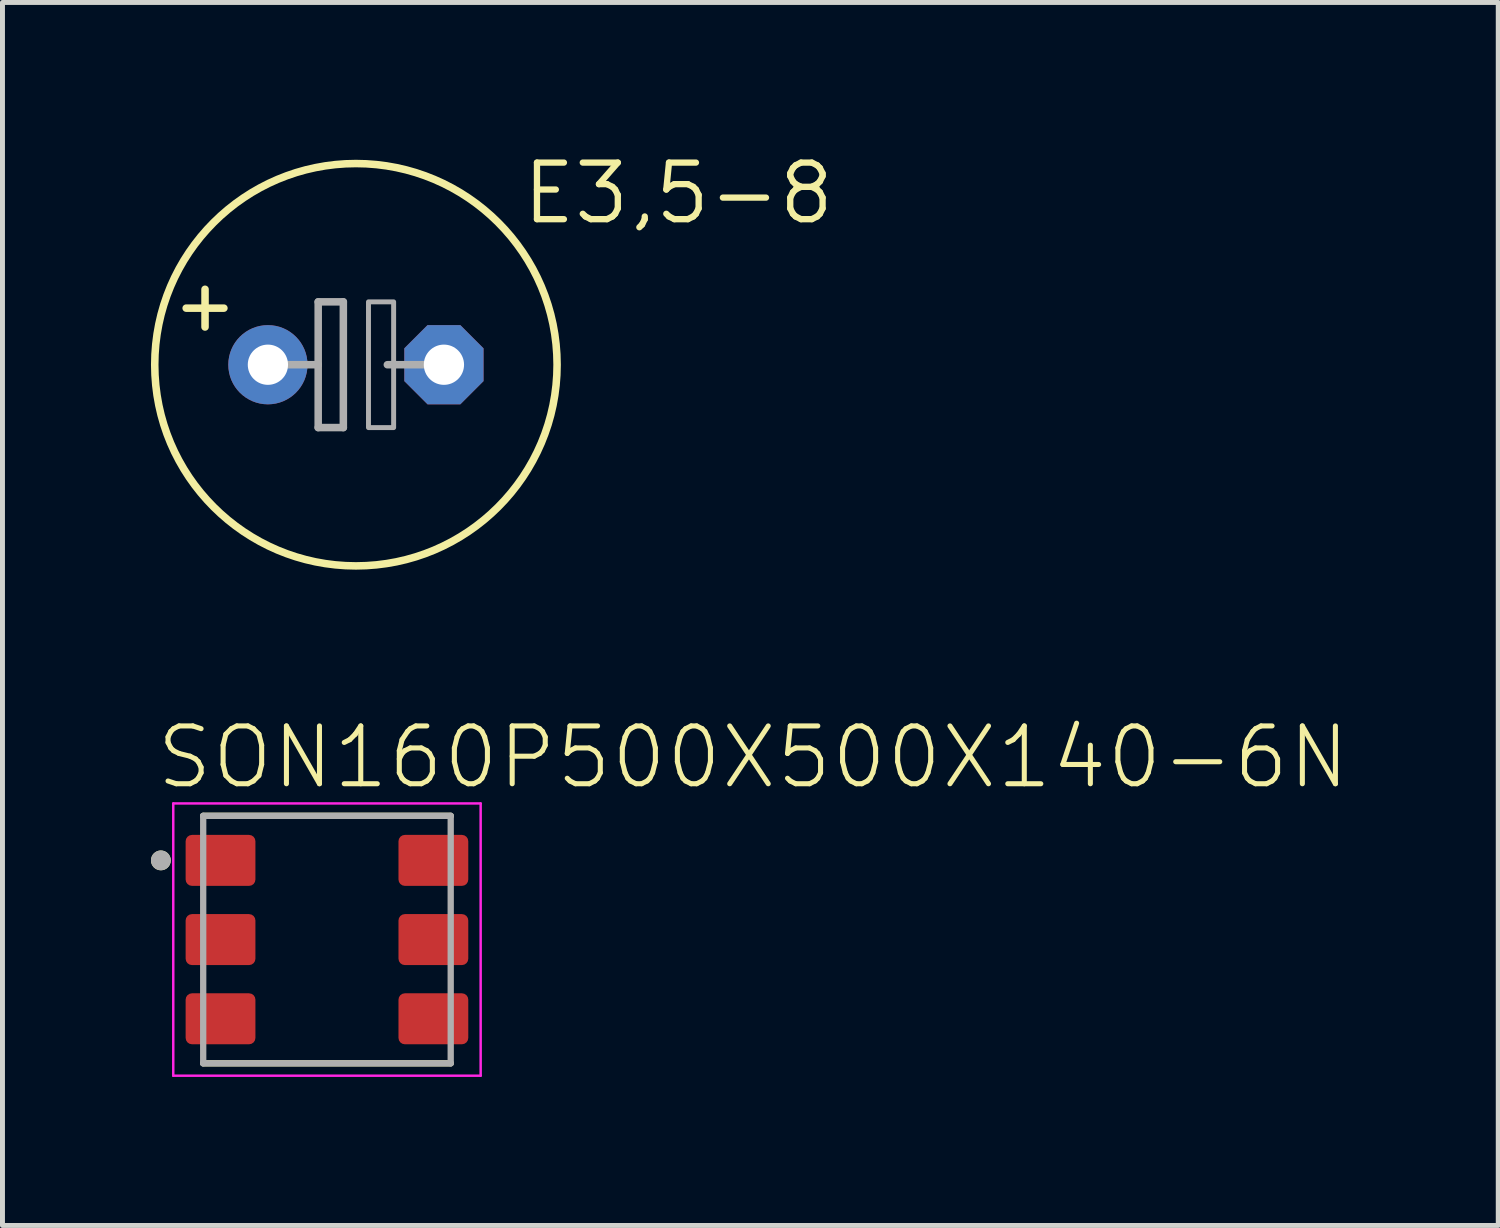
<source format=kicad_pcb>
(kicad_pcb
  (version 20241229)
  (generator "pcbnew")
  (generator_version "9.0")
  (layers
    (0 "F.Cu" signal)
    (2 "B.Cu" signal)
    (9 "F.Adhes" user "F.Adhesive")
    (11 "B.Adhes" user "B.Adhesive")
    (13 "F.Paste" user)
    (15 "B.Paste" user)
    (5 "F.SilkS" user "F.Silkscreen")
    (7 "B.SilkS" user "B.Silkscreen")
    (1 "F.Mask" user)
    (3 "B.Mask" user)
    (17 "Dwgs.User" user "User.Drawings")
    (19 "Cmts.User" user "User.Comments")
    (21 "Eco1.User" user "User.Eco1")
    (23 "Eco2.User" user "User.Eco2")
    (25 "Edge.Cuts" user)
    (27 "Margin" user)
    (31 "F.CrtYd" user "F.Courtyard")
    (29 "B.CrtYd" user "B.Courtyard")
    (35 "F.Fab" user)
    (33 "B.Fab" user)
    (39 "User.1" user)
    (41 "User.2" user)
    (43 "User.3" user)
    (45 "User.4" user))
  (footprint "E3,5-8"
    (layer "F.Cu")
    (at 4.14 4.318)
    (property "Reference" "E3,5-8" (at 3.302 -2.794 0) (layer "F.SilkS") (effects (font (size 1.143 1.143) (thickness 0.127)) (justify left bottom)))
    (fp_line (start -3.429 -1.143) (end -2.667 -1.143) (stroke (width 0.152) (type solid)) (layer "F.SilkS"))
    (fp_line (start -3.048 -0.762) (end -3.048 -1.524) (stroke (width 0.152) (type solid)) (layer "F.SilkS"))
    (fp_circle (center 0 0) (end 4.064 0) (stroke (width 0.152) (type solid)) (fill no) (layer "F.SilkS"))
    (fp_line (start -1.651 0) (end -0.762 0) (stroke (width 0.152) (type solid)) (layer "F.Fab"))
    (fp_line (start -0.762 -1.27) (end -0.762 0) (stroke (width 0.152) (type solid)) (layer "F.Fab"))
    (fp_line (start -0.762 0) (end -0.762 1.27) (stroke (width 0.152) (type solid)) (layer "F.Fab"))
    (fp_line (start -0.762 1.27) (end -0.254 1.27) (stroke (width 0.152) (type solid)) (layer "F.Fab"))
    (fp_line (start -0.254 -1.27) (end -0.762 -1.27) (stroke (width 0.152) (type solid)) (layer "F.Fab"))
    (fp_line (start -0.254 1.27) (end -0.254 -1.27) (stroke (width 0.152) (type solid)) (layer "F.Fab"))
    (fp_line (start 0.635 0) (end 1.651 0) (stroke (width 0.152) (type solid)) (layer "F.Fab"))
    (fp_poly (pts (xy 0.254 1.27) (xy 0.762 1.27) (xy 0.762 -1.27) (xy 0.254 -1.27)) (stroke (width 0.1) (type solid)) (fill no) (layer "F.Fab"))
    (pad "+" thru_hole circle (at -1.778 0) (size 1.6 1.6) (drill 0.813) (layers "*.Cu" "*.Mask"))
    (pad "-" thru_hole roundrect (at 1.778 0) (size 1.6 1.6) (drill 0.813) (layers "*.Cu" "*.Mask") (roundrect_rratio 0.25) (chamfer_ratio 0.293) (chamfer top_left top_right bottom_left bottom_right)))
  (footprint "SON160P500X500X140-6N"
    (layer "F.Cu")
    (at 3.555 15.931)
    (property "Reference" "SON160P500X500X140-6N" (at -3.5 -3 0) (layer "F.SilkS") (effects (font (size 1.168 1.168) (thickness 0.102)) (justify left bottom)))
    (fp_line (start -2.5 -2.5) (end 2.5 -2.5) (stroke (width 0.127) (type solid)) (layer "F.SilkS"))
    (fp_line (start -2.5 2.5) (end 2.5 2.5) (stroke (width 0.127) (type solid)) (layer "F.SilkS"))
    (fp_circle (center -3.355 -1.6) (end -3.255 -1.6) (stroke (width 0.2) (type solid)) (fill no) (layer "F.SilkS"))
    (fp_line (start -3.105 -2.75) (end -3.105 2.75) (stroke (width 0.05) (type solid)) (layer "F.CrtYd"))
    (fp_line (start -3.105 -2.75) (end 3.105 -2.75) (stroke (width 0.05) (type solid)) (layer "F.CrtYd"))
    (fp_line (start -3.105 2.75) (end 3.105 2.75) (stroke (width 0.05) (type solid)) (layer "F.CrtYd"))
    (fp_line (start 3.105 -2.75) (end 3.105 2.75) (stroke (width 0.05) (type solid)) (layer "F.CrtYd"))
    (fp_line (start -2.5 -2.5) (end -2.5 2.5) (stroke (width 0.127) (type solid)) (layer "F.Fab"))
    (fp_line (start -2.5 -2.5) (end 2.5 -2.5) (stroke (width 0.127) (type solid)) (layer "F.Fab"))
    (fp_line (start -2.5 2.5) (end 2.5 2.5) (stroke (width 0.127) (type solid)) (layer "F.Fab"))
    (fp_line (start 2.5 -2.5) (end 2.5 2.5) (stroke (width 0.127) (type solid)) (layer "F.Fab"))
    (fp_circle (center -3.355 -1.6) (end -3.255 -1.6) (stroke (width 0.2) (type solid)) (fill no) (layer "F.Fab"))
    (pad "1" smd roundrect (at -2.15 -1.6) (size 1.41 1.03) (layers "F.Cu" "F.Mask" "F.Paste") (roundrect_rratio 0.125))
    (pad "2" smd roundrect (at -2.15 0) (size 1.41 1.03) (layers "F.Cu" "F.Mask" "F.Paste") (roundrect_rratio 0.125))
    (pad "3" smd roundrect (at -2.15 1.6) (size 1.41 1.03) (layers "F.Cu" "F.Mask" "F.Paste") (roundrect_rratio 0.125))
    (pad "4" smd roundrect (at 2.15 1.6) (size 1.41 1.03) (layers "F.Cu" "F.Mask" "F.Paste") (roundrect_rratio 0.125))
    (pad "5" smd roundrect (at 2.15 0) (size 1.41 1.03) (layers "F.Cu" "F.Mask" "F.Paste") (roundrect_rratio 0.125))
    (pad "6" smd roundrect (at 2.15 -1.6) (size 1.41 1.03) (layers "F.Cu" "F.Mask" "F.Paste") (roundrect_rratio 0.125)))
  (gr_rect
    (start -3 -3)
    (end 27.217 21.706)
    (stroke (width 0.1) (type default))
    (fill no)
    (layer "Edge.Cuts")))
</source>
